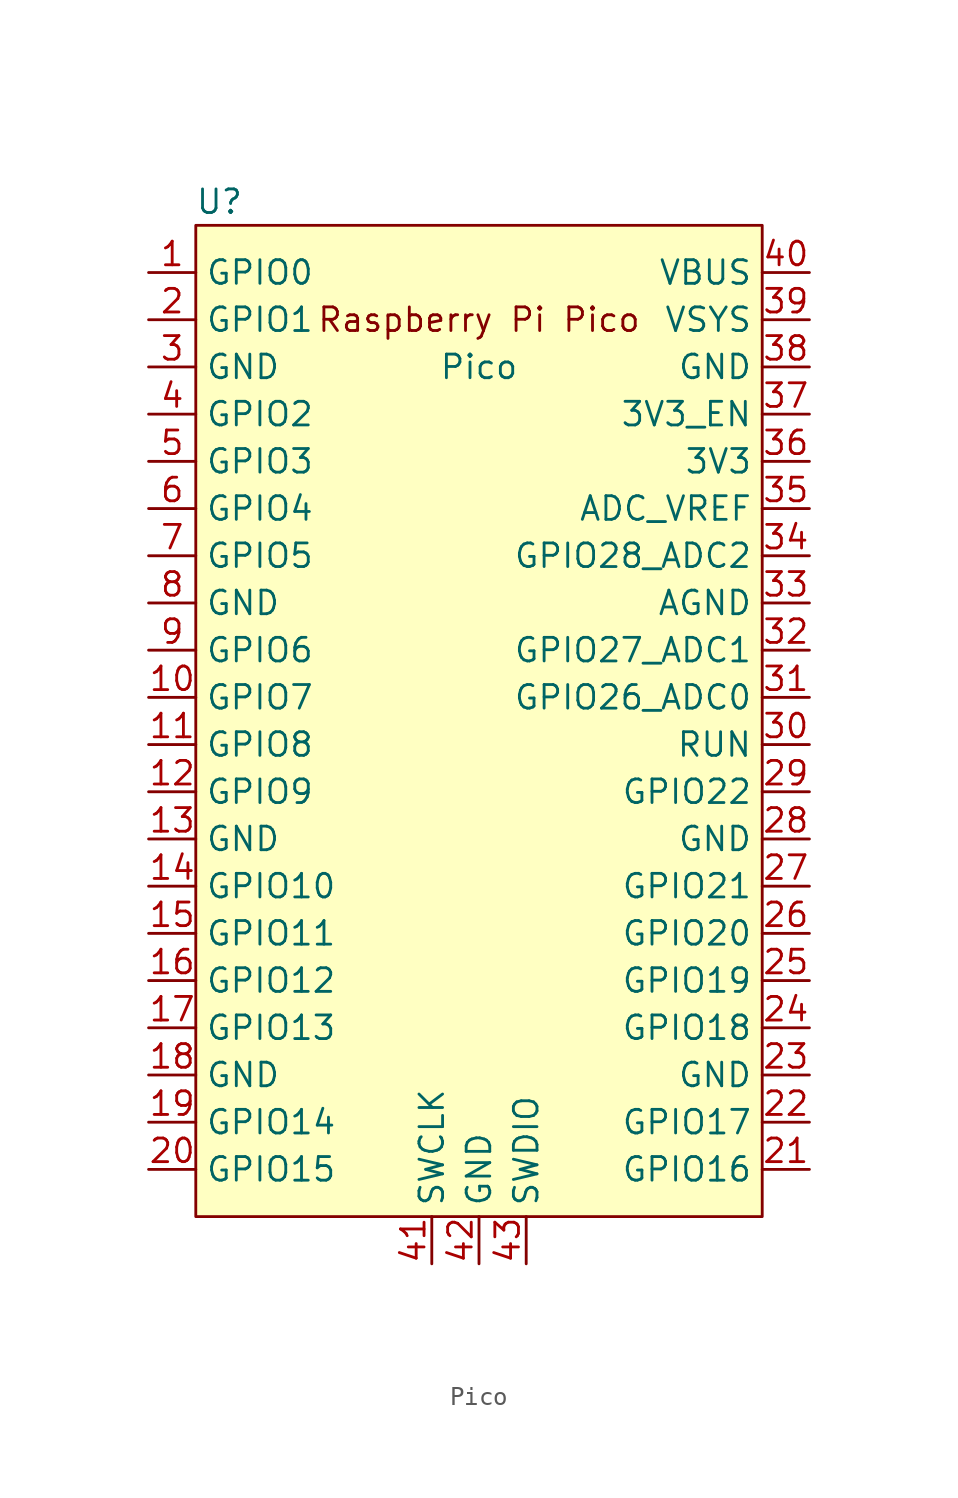
<source format=kicad_sym>
(kicad_symbol_lib
  (version 20211014)
  (generator kicad_symbol_editor)
  (symbol "Pico"
    (property "Reference" "U"
      (at -13.97 27.94 0)
      (effects (font (size 1.27 1.27))))
    (property "Value" "Pico"
      (at 0 19.05 0)
      (effects (font (size 1.27 1.27))))
    (symbol "Pico_0_0"
      (text "Raspberry Pi Pico" (at 0 21.59 0) (effects (font (size 1.27 1.27)))))
    (symbol "Pico_0_1"
      (rectangle (start -15.24 26.67) (end 15.24 -26.67) (stroke (width 0) (type default) (color 0 0 0 0)) (fill (type background))))
    (symbol "Pico_1_1"
      (pin bidirectional line (at -17.78 24.13 0) (length 2.54) (name "GPIO0" (effects (font (size 1.27 1.27)))) (number "1" (effects (font (size 1.27 1.27)))))
      (pin bidirectional line (at -17.78 1.27 0) (length 2.54) (name "GPIO7" (effects (font (size 1.27 1.27)))) (number "10" (effects (font (size 1.27 1.27)))))
      (pin bidirectional line (at -17.78 -1.27 0) (length 2.54) (name "GPIO8" (effects (font (size 1.27 1.27)))) (number "11" (effects (font (size 1.27 1.27)))))
      (pin bidirectional line (at -17.78 -3.81 0) (length 2.54) (name "GPIO9" (effects (font (size 1.27 1.27)))) (number "12" (effects (font (size 1.27 1.27)))))
      (pin power_in line (at -17.78 -6.35 0) (length 2.54) (name "GND" (effects (font (size 1.27 1.27)))) (number "13" (effects (font (size 1.27 1.27)))))
      (pin bidirectional line (at -17.78 -8.89 0) (length 2.54) (name "GPIO10" (effects (font (size 1.27 1.27)))) (number "14" (effects (font (size 1.27 1.27)))))
      (pin bidirectional line (at -17.78 -11.43 0) (length 2.54) (name "GPIO11" (effects (font (size 1.27 1.27)))) (number "15" (effects (font (size 1.27 1.27)))))
      (pin bidirectional line (at -17.78 -13.97 0) (length 2.54) (name "GPIO12" (effects (font (size 1.27 1.27)))) (number "16" (effects (font (size 1.27 1.27)))))
      (pin bidirectional line (at -17.78 -16.51 0) (length 2.54) (name "GPIO13" (effects (font (size 1.27 1.27)))) (number "17" (effects (font (size 1.27 1.27)))))
      (pin power_in line (at -17.78 -19.05 0) (length 2.54) (name "GND" (effects (font (size 1.27 1.27)))) (number "18" (effects (font (size 1.27 1.27)))))
      (pin bidirectional line (at -17.78 -21.59 0) (length 2.54) (name "GPIO14" (effects (font (size 1.27 1.27)))) (number "19" (effects (font (size 1.27 1.27)))))
      (pin bidirectional line (at -17.78 21.59 0) (length 2.54) (name "GPIO1" (effects (font (size 1.27 1.27)))) (number "2" (effects (font (size 1.27 1.27)))))
      (pin bidirectional line (at -17.78 -24.13 0) (length 2.54) (name "GPIO15" (effects (font (size 1.27 1.27)))) (number "20" (effects (font (size 1.27 1.27)))))
      (pin bidirectional line (at 17.78 -24.13 180) (length 2.54) (name "GPIO16" (effects (font (size 1.27 1.27)))) (number "21" (effects (font (size 1.27 1.27)))))
      (pin bidirectional line (at 17.78 -21.59 180) (length 2.54) (name "GPIO17" (effects (font (size 1.27 1.27)))) (number "22" (effects (font (size 1.27 1.27)))))
      (pin power_in line (at 17.78 -19.05 180) (length 2.54) (name "GND" (effects (font (size 1.27 1.27)))) (number "23" (effects (font (size 1.27 1.27)))))
      (pin bidirectional line (at 17.78 -16.51 180) (length 2.54) (name "GPIO18" (effects (font (size 1.27 1.27)))) (number "24" (effects (font (size 1.27 1.27)))))
      (pin bidirectional line (at 17.78 -13.97 180) (length 2.54) (name "GPIO19" (effects (font (size 1.27 1.27)))) (number "25" (effects (font (size 1.27 1.27)))))
      (pin bidirectional line (at 17.78 -11.43 180) (length 2.54) (name "GPIO20" (effects (font (size 1.27 1.27)))) (number "26" (effects (font (size 1.27 1.27)))))
      (pin bidirectional line (at 17.78 -8.89 180) (length 2.54) (name "GPIO21" (effects (font (size 1.27 1.27)))) (number "27" (effects (font (size 1.27 1.27)))))
      (pin power_in line (at 17.78 -6.35 180) (length 2.54) (name "GND" (effects (font (size 1.27 1.27)))) (number "28" (effects (font (size 1.27 1.27)))))
      (pin bidirectional line (at 17.78 -3.81 180) (length 2.54) (name "GPIO22" (effects (font (size 1.27 1.27)))) (number "29" (effects (font (size 1.27 1.27)))))
      (pin power_in line (at -17.78 19.05 0) (length 2.54) (name "GND" (effects (font (size 1.27 1.27)))) (number "3" (effects (font (size 1.27 1.27)))))
      (pin input line (at 17.78 -1.27 180) (length 2.54) (name "RUN" (effects (font (size 1.27 1.27)))) (number "30" (effects (font (size 1.27 1.27)))))
      (pin bidirectional line (at 17.78 1.27 180) (length 2.54) (name "GPIO26_ADC0" (effects (font (size 1.27 1.27)))) (number "31" (effects (font (size 1.27 1.27)))))
      (pin bidirectional line (at 17.78 3.81 180) (length 2.54) (name "GPIO27_ADC1" (effects (font (size 1.27 1.27)))) (number "32" (effects (font (size 1.27 1.27)))))
      (pin power_in line (at 17.78 6.35 180) (length 2.54) (name "AGND" (effects (font (size 1.27 1.27)))) (number "33" (effects (font (size 1.27 1.27)))))
      (pin bidirectional line (at 17.78 8.89 180) (length 2.54) (name "GPIO28_ADC2" (effects (font (size 1.27 1.27)))) (number "34" (effects (font (size 1.27 1.27)))))
      (pin power_in line (at 17.78 11.43 180) (length 2.54) (name "ADC_VREF" (effects (font (size 1.27 1.27)))) (number "35" (effects (font (size 1.27 1.27)))))
      (pin power_out line (at 17.78 13.97 180) (length 2.54) (name "3V3" (effects (font (size 1.27 1.27)))) (number "36" (effects (font (size 1.27 1.27)))))
      (pin input line (at 17.78 16.51 180) (length 2.54) (name "3V3_EN" (effects (font (size 1.27 1.27)))) (number "37" (effects (font (size 1.27 1.27)))))
      (pin bidirectional line (at 17.78 19.05 180) (length 2.54) (name "GND" (effects (font (size 1.27 1.27)))) (number "38" (effects (font (size 1.27 1.27)))))
      (pin power_in line (at 17.78 21.59 180) (length 2.54) (name "VSYS" (effects (font (size 1.27 1.27)))) (number "39" (effects (font (size 1.27 1.27)))))
      (pin bidirectional line (at -17.78 16.51 0) (length 2.54) (name "GPIO2" (effects (font (size 1.27 1.27)))) (number "4" (effects (font (size 1.27 1.27)))))
      (pin power_in line (at 17.78 24.13 180) (length 2.54) (name "VBUS" (effects (font (size 1.27 1.27)))) (number "40" (effects (font (size 1.27 1.27)))))
      (pin input line (at -2.54 -29.21 90) (length 2.54) (name "SWCLK" (effects (font (size 1.27 1.27)))) (number "41" (effects (font (size 1.27 1.27)))))
      (pin power_in line (at 0 -29.21 90) (length 2.54) (name "GND" (effects (font (size 1.27 1.27)))) (number "42" (effects (font (size 1.27 1.27)))))
      (pin bidirectional line (at 2.54 -29.21 90) (length 2.54) (name "SWDIO" (effects (font (size 1.27 1.27)))) (number "43" (effects (font (size 1.27 1.27)))))
      (pin bidirectional line (at -17.78 13.97 0) (length 2.54) (name "GPIO3" (effects (font (size 1.27 1.27)))) (number "5" (effects (font (size 1.27 1.27)))))
      (pin bidirectional line (at -17.78 11.43 0) (length 2.54) (name "GPIO4" (effects (font (size 1.27 1.27)))) (number "6" (effects (font (size 1.27 1.27)))))
      (pin bidirectional line (at -17.78 8.89 0) (length 2.54) (name "GPIO5" (effects (font (size 1.27 1.27)))) (number "7" (effects (font (size 1.27 1.27)))))
      (pin power_in line (at -17.78 6.35 0) (length 2.54) (name "GND" (effects (font (size 1.27 1.27)))) (number "8" (effects (font (size 1.27 1.27)))))
      (pin bidirectional line (at -17.78 3.81 0) (length 2.54) (name "GPIO6" (effects (font (size 1.27 1.27)))) (number "9" (effects (font (size 1.27 1.27))))))))
</source>
